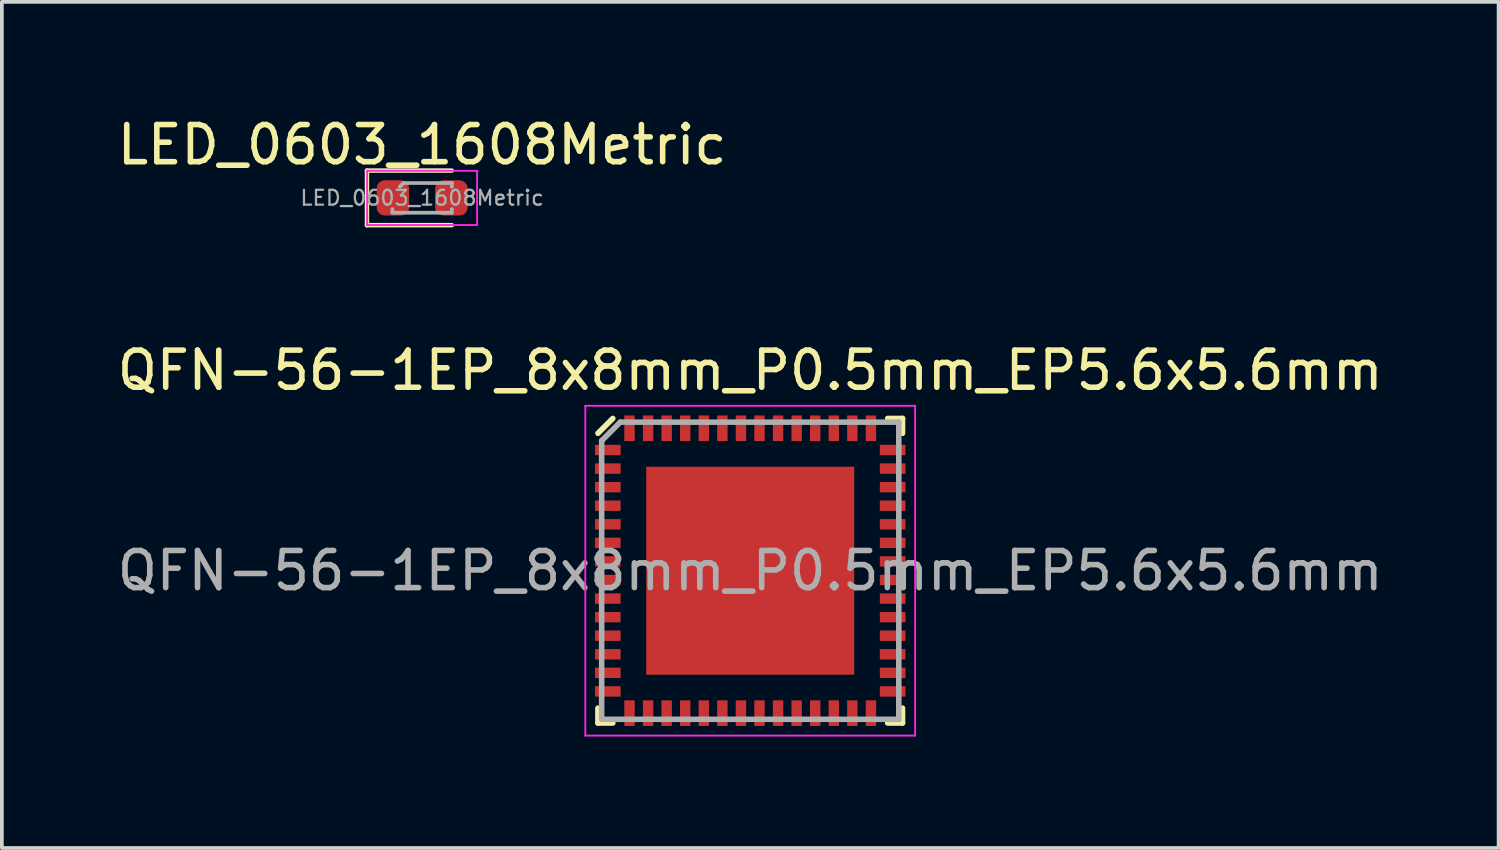
<source format=kicad_pcb>
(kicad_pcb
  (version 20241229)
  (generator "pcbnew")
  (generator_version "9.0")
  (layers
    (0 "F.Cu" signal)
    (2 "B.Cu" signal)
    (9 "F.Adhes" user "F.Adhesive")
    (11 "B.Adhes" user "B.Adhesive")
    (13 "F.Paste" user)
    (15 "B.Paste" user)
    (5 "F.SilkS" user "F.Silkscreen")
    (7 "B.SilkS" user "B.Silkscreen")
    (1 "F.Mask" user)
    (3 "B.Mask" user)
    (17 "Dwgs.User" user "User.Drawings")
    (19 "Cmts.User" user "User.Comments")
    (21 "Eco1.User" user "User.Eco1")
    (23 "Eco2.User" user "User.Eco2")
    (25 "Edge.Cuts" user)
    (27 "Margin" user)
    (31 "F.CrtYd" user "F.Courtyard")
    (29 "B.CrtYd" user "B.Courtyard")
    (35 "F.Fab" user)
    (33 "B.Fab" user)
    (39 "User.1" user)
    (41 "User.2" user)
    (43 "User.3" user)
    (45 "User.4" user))
  (footprint "LED_0603_1608Metric"
    (layer "F.Cu")
    (at 8.315 2.278)
    (property "Reference" "LED_0603_1608Metric" (at 0 -1.43 0) (layer "F.SilkS") (effects (font (size 1 1) (thickness 0.15))))
    (attr smd)
    (fp_line (start -1.485 -0.735) (end -1.485 0.735) (stroke (width 0.12) (type solid)) (layer "F.SilkS"))
    (fp_line (start -1.485 0.735) (end 0.8 0.735) (stroke (width 0.12) (type solid)) (layer "F.SilkS"))
    (fp_line (start 0.8 -0.735) (end -1.485 -0.735) (stroke (width 0.12) (type solid)) (layer "F.SilkS"))
    (fp_line (start -1.48 -0.73) (end 1.48 -0.73) (stroke (width 0.05) (type solid)) (layer "F.CrtYd"))
    (fp_line (start -1.48 0.73) (end -1.48 -0.73) (stroke (width 0.05) (type solid)) (layer "F.CrtYd"))
    (fp_line (start 1.48 -0.73) (end 1.48 0.73) (stroke (width 0.05) (type solid)) (layer "F.CrtYd"))
    (fp_line (start 1.48 0.73) (end -1.48 0.73) (stroke (width 0.05) (type solid)) (layer "F.CrtYd"))
    (fp_line (start -0.8 0.3) (end -0.8 0.4) (stroke (width 0.1) (type solid)) (layer "F.Fab"))
    (fp_line (start -0.8 0.4) (end 0.8 0.4) (stroke (width 0.1) (type solid)) (layer "F.Fab"))
    (fp_line (start -0.5 -0.4) (end -0.6 -0.3) (stroke (width 0.1) (type solid)) (layer "F.Fab"))
    (fp_line (start 0.8 -0.4) (end -0.5 -0.4) (stroke (width 0.1) (type solid)) (layer "F.Fab"))
    (fp_line (start 0.8 -0.3) (end 0.8 -0.4) (stroke (width 0.1) (type solid)) (layer "F.Fab"))
    (fp_line (start 0.8 0.4) (end 0.8 0.3) (stroke (width 0.1) (type solid)) (layer "F.Fab"))
    (fp_text user "${REFERENCE}" (at 0 0 0) (layer "F.Fab") (effects (font (size 0.4 0.4) (thickness 0.06))))
    (pad "1" smd roundrect (at -0.787 0) (size 0.875 0.95) (layers "F.Cu" "F.Mask" "F.Paste") (roundrect_rratio 0.25))
    (pad "2" smd roundrect (at 0.787 0) (size 0.875 0.95) (layers "F.Cu" "F.Mask" "F.Paste") (roundrect_rratio 0.25)))
  (footprint "QFN-56-1EP_8x8mm_P0.5mm_EP5.6x5.6mm"
    (layer "F.Cu")
    (at 17.149 12.316)
    (property "Reference" "QFN-56-1EP_8x8mm_P0.5mm_EP5.6x5.6mm" (at 0 -5.395 0) (layer "F.SilkS") (effects (font (size 1 1) (thickness 0.15))))
    (attr smd)
    (fp_line (start -4.1 -3.7) (end -3.7 -4.1) (stroke (width 0.15) (type solid)) (layer "F.SilkS"))
    (fp_line (start -4.1 4.1) (end -4.1 3.7) (stroke (width 0.15) (type solid)) (layer "F.SilkS"))
    (fp_line (start -4.1 4.1) (end -3.7 4.1) (stroke (width 0.15) (type solid)) (layer "F.SilkS"))
    (fp_line (start 3.7 -4.1) (end 4.1 -4.1) (stroke (width 0.15) (type solid)) (layer "F.SilkS"))
    (fp_line (start 4.1 -4.1) (end 4.1 -3.7) (stroke (width 0.15) (type solid)) (layer "F.SilkS"))
    (fp_line (start 4.1 3.7) (end 4.1 4.1) (stroke (width 0.15) (type solid)) (layer "F.SilkS"))
    (fp_line (start 4.1 4.1) (end 3.7 4.1) (stroke (width 0.15) (type solid)) (layer "F.SilkS"))
    (fp_line (start -4.44 -4.44) (end 4.44 -4.44) (stroke (width 0.05) (type solid)) (layer "F.CrtYd"))
    (fp_line (start -4.44 4.44) (end -4.44 -4.44) (stroke (width 0.05) (type solid)) (layer "F.CrtYd"))
    (fp_line (start 4.44 -4.44) (end 4.44 4.44) (stroke (width 0.05) (type solid)) (layer "F.CrtYd"))
    (fp_line (start 4.44 4.44) (end -4.44 4.44) (stroke (width 0.05) (type solid)) (layer "F.CrtYd"))
    (fp_line (start -4 -3.5) (end -3.5 -4) (stroke (width 0.15) (type solid)) (layer "F.Fab"))
    (fp_line (start -4 4) (end -4 -3.5) (stroke (width 0.15) (type solid)) (layer "F.Fab"))
    (fp_line (start -3.5 -4) (end 4 -4) (stroke (width 0.15) (type solid)) (layer "F.Fab"))
    (fp_line (start 4 -4) (end 4 4) (stroke (width 0.15) (type solid)) (layer "F.Fab"))
    (fp_line (start 4 4) (end -4 4) (stroke (width 0.15) (type solid)) (layer "F.Fab"))
    (fp_text user "${REFERENCE}" (at 0 0 0) (layer "F.Fab") (effects (font (size 1 1) (thickness 0.15))))
    (pad "" smd rect (at -1.1 -1.9 90) (size 1 1.96) (layers "F.Paste"))
    (pad "" smd rect (at -1.1 -0.7 90) (size 1 1.96) (layers "F.Paste"))
    (pad "" smd rect (at -1.1 0.7 90) (size 1 1.96) (layers "F.Paste"))
    (pad "" smd rect (at -1.1 1.9 90) (size 1 1.96) (layers "F.Paste"))
    (pad "" smd rect (at 1.1 -1.9 90) (size 1 1.96) (layers "F.Paste"))
    (pad "" smd rect (at 1.1 -0.7 90) (size 1 1.96) (layers "F.Paste"))
    (pad "" smd rect (at 1.1 0.7 90) (size 1 1.96) (layers "F.Paste"))
    (pad "" smd rect (at 1.1 1.9 90) (size 1 1.96) (layers "F.Paste"))
    (pad "1" smd rect (at -3.835 -3.25 90) (size 0.28 0.69) (layers "F.Cu" "F.Mask" "F.Paste"))
    (pad "2" smd rect (at -3.835 -2.75 90) (size 0.28 0.69) (layers "F.Cu" "F.Mask" "F.Paste"))
    (pad "3" smd rect (at -3.835 -2.25 90) (size 0.28 0.69) (layers "F.Cu" "F.Mask" "F.Paste"))
    (pad "4" smd rect (at -3.835 -1.75 90) (size 0.28 0.69) (layers "F.Cu" "F.Mask" "F.Paste"))
    (pad "5" smd rect (at -3.835 -1.25 90) (size 0.28 0.69) (layers "F.Cu" "F.Mask" "F.Paste"))
    (pad "6" smd rect (at -3.835 -0.75 90) (size 0.28 0.69) (layers "F.Cu" "F.Mask" "F.Paste"))
    (pad "7" smd rect (at -3.835 -0.25 90) (size 0.28 0.69) (layers "F.Cu" "F.Mask" "F.Paste"))
    (pad "8" smd rect (at -3.835 0.25 90) (size 0.28 0.69) (layers "F.Cu" "F.Mask" "F.Paste"))
    (pad "9" smd rect (at -3.835 0.75 90) (size 0.28 0.69) (layers "F.Cu" "F.Mask" "F.Paste"))
    (pad "10" smd rect (at -3.835 1.25 90) (size 0.28 0.69) (layers "F.Cu" "F.Mask" "F.Paste"))
    (pad "11" smd rect (at -3.835 1.75 90) (size 0.28 0.69) (layers "F.Cu" "F.Mask" "F.Paste"))
    (pad "12" smd rect (at -3.835 2.25 90) (size 0.28 0.69) (layers "F.Cu" "F.Mask" "F.Paste"))
    (pad "13" smd rect (at -3.835 2.75 90) (size 0.28 0.69) (layers "F.Cu" "F.Mask" "F.Paste"))
    (pad "14" smd rect (at -3.835 3.25 90) (size 0.28 0.69) (layers "F.Cu" "F.Mask" "F.Paste"))
    (pad "15" smd rect (at -3.25 3.835) (size 0.28 0.69) (layers "F.Cu" "F.Mask" "F.Paste"))
    (pad "16" smd rect (at -2.75 3.835) (size 0.28 0.69) (layers "F.Cu" "F.Mask" "F.Paste"))
    (pad "17" smd rect (at -2.25 3.835) (size 0.28 0.69) (layers "F.Cu" "F.Mask" "F.Paste"))
    (pad "18" smd rect (at -1.75 3.835) (size 0.28 0.69) (layers "F.Cu" "F.Mask" "F.Paste"))
    (pad "19" smd rect (at -1.25 3.835) (size 0.28 0.69) (layers "F.Cu" "F.Mask" "F.Paste"))
    (pad "20" smd rect (at -0.75 3.835) (size 0.28 0.69) (layers "F.Cu" "F.Mask" "F.Paste"))
    (pad "21" smd rect (at -0.25 3.835) (size 0.28 0.69) (layers "F.Cu" "F.Mask" "F.Paste"))
    (pad "22" smd rect (at 0.25 3.835) (size 0.28 0.69) (layers "F.Cu" "F.Mask" "F.Paste"))
    (pad "23" smd rect (at 0.75 3.835) (size 0.28 0.69) (layers "F.Cu" "F.Mask" "F.Paste"))
    (pad "24" smd rect (at 1.25 3.835) (size 0.28 0.69) (layers "F.Cu" "F.Mask" "F.Paste"))
    (pad "25" smd rect (at 1.75 3.835) (size 0.28 0.69) (layers "F.Cu" "F.Mask" "F.Paste"))
    (pad "26" smd rect (at 2.25 3.835) (size 0.28 0.69) (layers "F.Cu" "F.Mask" "F.Paste"))
    (pad "27" smd rect (at 2.75 3.835) (size 0.28 0.69) (layers "F.Cu" "F.Mask" "F.Paste"))
    (pad "28" smd rect (at 3.25 3.835) (size 0.28 0.69) (layers "F.Cu" "F.Mask" "F.Paste"))
    (pad "29" smd rect (at 3.835 3.25 90) (size 0.28 0.69) (layers "F.Cu" "F.Mask" "F.Paste"))
    (pad "30" smd rect (at 3.835 2.75 90) (size 0.28 0.69) (layers "F.Cu" "F.Mask" "F.Paste"))
    (pad "31" smd rect (at 3.835 2.25 90) (size 0.28 0.69) (layers "F.Cu" "F.Mask" "F.Paste"))
    (pad "32" smd rect (at 3.835 1.75 90) (size 0.28 0.69) (layers "F.Cu" "F.Mask" "F.Paste"))
    (pad "33" smd rect (at 3.835 1.25 90) (size 0.28 0.69) (layers "F.Cu" "F.Mask" "F.Paste"))
    (pad "34" smd rect (at 3.835 0.75 90) (size 0.28 0.69) (layers "F.Cu" "F.Mask" "F.Paste"))
    (pad "35" smd rect (at 3.835 0.25 90) (size 0.28 0.69) (layers "F.Cu" "F.Mask" "F.Paste"))
    (pad "36" smd rect (at 3.835 -0.25 90) (size 0.28 0.69) (layers "F.Cu" "F.Mask" "F.Paste"))
    (pad "37" smd rect (at 3.835 -0.75 90) (size 0.28 0.69) (layers "F.Cu" "F.Mask" "F.Paste"))
    (pad "38" smd rect (at 3.835 -1.25 90) (size 0.28 0.69) (layers "F.Cu" "F.Mask" "F.Paste"))
    (pad "39" smd rect (at 3.835 -1.75 90) (size 0.28 0.69) (layers "F.Cu" "F.Mask" "F.Paste"))
    (pad "40" smd rect (at 3.835 -2.25 90) (size 0.28 0.69) (layers "F.Cu" "F.Mask" "F.Paste"))
    (pad "41" smd rect (at 3.835 -2.75 90) (size 0.28 0.69) (layers "F.Cu" "F.Mask" "F.Paste"))
    (pad "42" smd rect (at 3.835 -3.25 90) (size 0.28 0.69) (layers "F.Cu" "F.Mask" "F.Paste"))
    (pad "43" smd rect (at 3.25 -3.835) (size 0.28 0.69) (layers "F.Cu" "F.Mask" "F.Paste"))
    (pad "44" smd rect (at 2.75 -3.835) (size 0.28 0.69) (layers "F.Cu" "F.Mask" "F.Paste"))
    (pad "45" smd rect (at 2.25 -3.835) (size 0.28 0.69) (layers "F.Cu" "F.Mask" "F.Paste"))
    (pad "46" smd rect (at 1.75 -3.835) (size 0.28 0.69) (layers "F.Cu" "F.Mask" "F.Paste"))
    (pad "47" smd rect (at 1.25 -3.835) (size 0.28 0.69) (layers "F.Cu" "F.Mask" "F.Paste"))
    (pad "48" smd rect (at 0.75 -3.835) (size 0.28 0.69) (layers "F.Cu" "F.Mask" "F.Paste"))
    (pad "49" smd rect (at 0.25 -3.835) (size 0.28 0.69) (layers "F.Cu" "F.Mask" "F.Paste"))
    (pad "50" smd rect (at -0.25 -3.835) (size 0.28 0.69) (layers "F.Cu" "F.Mask" "F.Paste"))
    (pad "51" smd rect (at -0.75 -3.835) (size 0.28 0.69) (layers "F.Cu" "F.Mask" "F.Paste"))
    (pad "52" smd rect (at -1.25 -3.835) (size 0.28 0.69) (layers "F.Cu" "F.Mask" "F.Paste"))
    (pad "53" smd rect (at -1.75 -3.835) (size 0.28 0.69) (layers "F.Cu" "F.Mask" "F.Paste"))
    (pad "54" smd rect (at -2.25 -3.835) (size 0.28 0.69) (layers "F.Cu" "F.Mask" "F.Paste"))
    (pad "55" smd rect (at -2.75 -3.835) (size 0.28 0.69) (layers "F.Cu" "F.Mask" "F.Paste"))
    (pad "56" smd rect (at -3.25 -3.835) (size 0.28 0.69) (layers "F.Cu" "F.Mask" "F.Paste"))
    (pad "57" smd rect (at 0 0) (size 5.6 5.6) (layers "F.Cu" "F.Mask")))
  (gr_rect
    (start -3 -3)
    (end 37.298 19.782)
    (stroke (width 0.1) (type default))
    (fill no)
    (layer "Edge.Cuts")))
</source>
